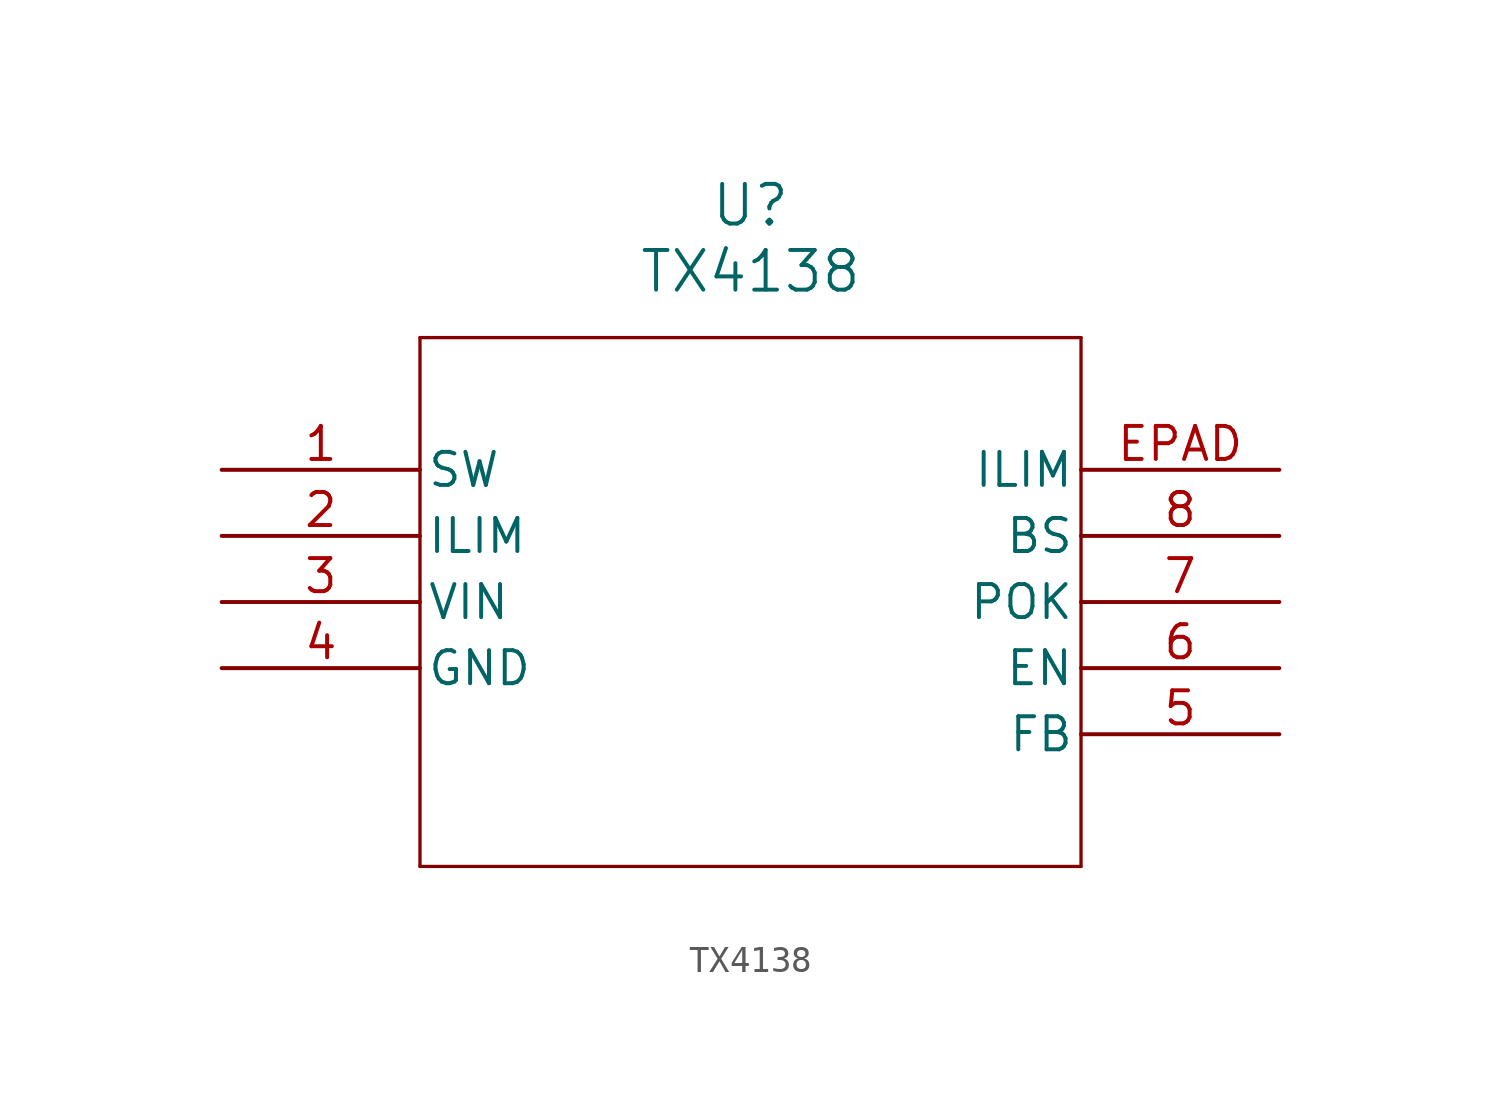
<source format=kicad_sym>
(kicad_symbol_lib
  (version 20211014)
  (generator kicad_symbol_editor)
  (symbol "TX4138"
    (pin_names
      (offset 0.254))
    (property "Reference" "U"
      (at 20.32 10.16 0)
      (effects (font (size 1.524 1.524))))
    (property "Value" "TX4138"
      (at 20.32 7.62 0)
      (effects (font (size 1.524 1.524))))
    (symbol "TX4138_0_1"
      (polyline (pts (xy 7.62 5.08) (xy 7.62 -15.24)) (stroke (width 0.127) (type default) (color 0 0 0 0)) (fill (type none)))
      (polyline (pts (xy 7.62 -15.24) (xy 33.02 -15.24)) (stroke (width 0.127) (type default) (color 0 0 0 0)) (fill (type none)))
      (polyline (pts (xy 33.02 -15.24) (xy 33.02 5.08)) (stroke (width 0.127) (type default) (color 0 0 0 0)) (fill (type none)))
      (polyline (pts (xy 33.02 5.08) (xy 7.62 5.08)) (stroke (width 0.127) (type default) (color 0 0 0 0)) (fill (type none)))
      (pin output line (at 0 0 0) (length 7.62) (name "SW" (effects (font (size 1.27 1.27)))) (number "1" (effects (font (size 1.27 1.27)))))
      (pin unspecified line (at 0 -2.54 0) (length 7.62) (name "ILIM" (effects (font (size 1.27 1.27)))) (number "2" (effects (font (size 1.27 1.27)))))
      (pin power_in line (at 0 -5.08 0) (length 7.62) (name "VIN" (effects (font (size 1.27 1.27)))) (number "3" (effects (font (size 1.27 1.27)))))
      (pin power_out line (at 0 -7.62 0) (length 7.62) (name "GND" (effects (font (size 1.27 1.27)))) (number "4" (effects (font (size 1.27 1.27)))))
      (pin input line (at 40.64 -10.16 180) (length 7.62) (name "FB" (effects (font (size 1.27 1.27)))) (number "5" (effects (font (size 1.27 1.27)))))
      (pin input line (at 40.64 -7.62 180) (length 7.62) (name "EN" (effects (font (size 1.27 1.27)))) (number "6" (effects (font (size 1.27 1.27)))))
      (pin output line (at 40.64 -5.08 180) (length 7.62) (name "POK" (effects (font (size 1.27 1.27)))) (number "7" (effects (font (size 1.27 1.27)))))
      (pin power_in line (at 40.64 -2.54 180) (length 7.62) (name "BS" (effects (font (size 1.27 1.27)))) (number "8" (effects (font (size 1.27 1.27)))))
      (pin unspecified line (at 40.64 0 180) (length 7.62) (name "ILIM" (effects (font (size 1.27 1.27)))) (number "EPAD" (effects (font (size 1.27 1.27))))))))
</source>
